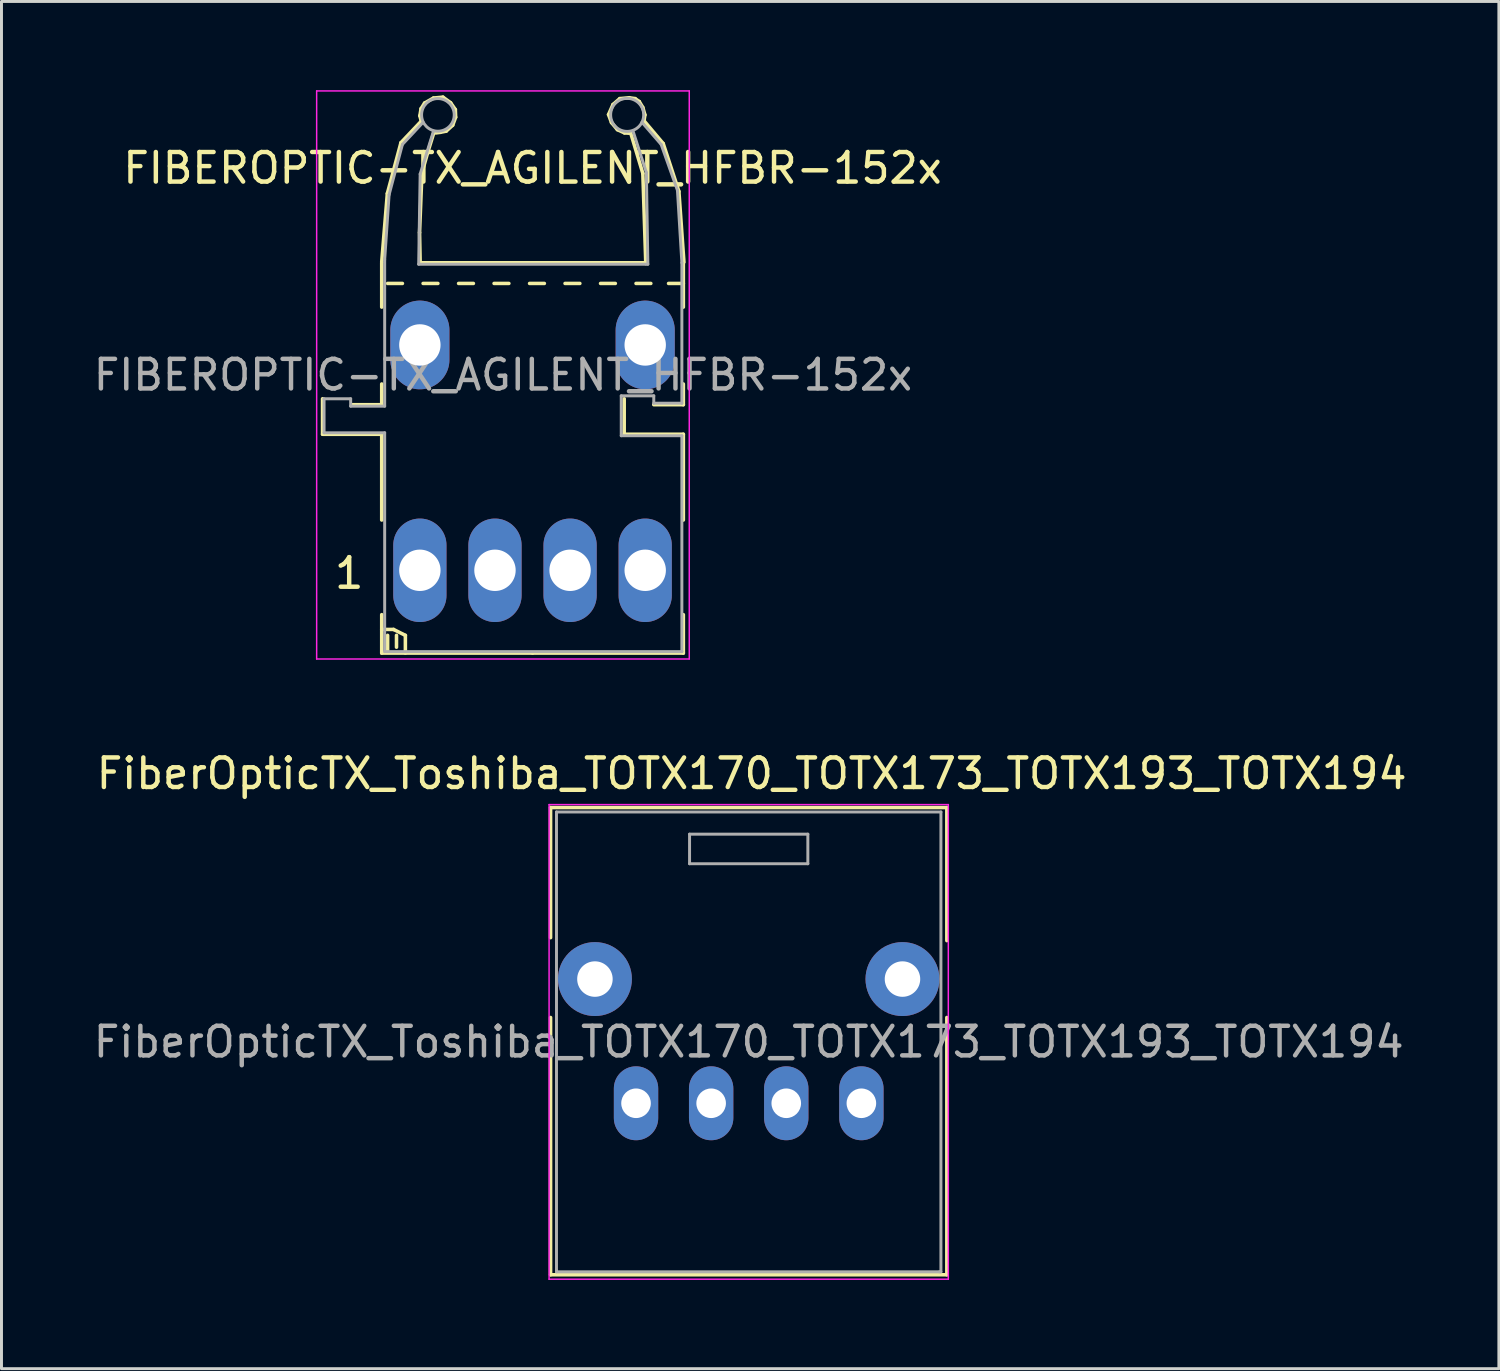
<source format=kicad_pcb>
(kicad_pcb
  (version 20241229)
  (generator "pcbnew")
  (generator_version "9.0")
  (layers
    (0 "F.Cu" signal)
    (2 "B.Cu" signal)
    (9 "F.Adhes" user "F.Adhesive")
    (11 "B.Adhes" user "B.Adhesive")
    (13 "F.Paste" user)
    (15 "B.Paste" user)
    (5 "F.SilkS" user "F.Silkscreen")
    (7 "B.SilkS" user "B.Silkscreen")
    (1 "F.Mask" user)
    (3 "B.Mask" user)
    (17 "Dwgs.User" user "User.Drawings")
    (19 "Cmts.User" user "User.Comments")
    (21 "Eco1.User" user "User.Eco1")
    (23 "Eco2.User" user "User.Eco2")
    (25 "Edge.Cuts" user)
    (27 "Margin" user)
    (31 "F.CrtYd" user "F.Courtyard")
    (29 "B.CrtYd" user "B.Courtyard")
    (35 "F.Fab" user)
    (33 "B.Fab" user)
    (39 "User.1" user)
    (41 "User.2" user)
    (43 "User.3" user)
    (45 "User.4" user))
  (footprint "FiberOpticTX_Toshiba_TOTX170_TOTX173_TOTX193_TOTX194"
    (layer "F.Cu")
    (at 18.458 34.258)
    (property "Reference" "FiberOpticTX_Toshiba_TOTX170_TOTX173_TOTX193_TOTX194" (at 3.91 -11.15 0) (layer "F.SilkS") (effects (font (size 1 1) (thickness 0.15))))
    (attr through_hole)
    (fp_line (start -2.89 -10) (end -2.89 -5.6) (stroke (width 0.12) (type solid)) (layer "F.SilkS"))
    (fp_line (start -2.89 5.8) (end -2.89 -2.9) (stroke (width 0.12) (type solid)) (layer "F.SilkS"))
    (fp_line (start -2.89 5.8) (end 10.51 5.8) (stroke (width 0.12) (type solid)) (layer "F.SilkS"))
    (fp_line (start 10.51 -10) (end -2.89 -10) (stroke (width 0.12) (type solid)) (layer "F.SilkS"))
    (fp_line (start 10.51 -10) (end 10.51 -5.5) (stroke (width 0.12) (type solid)) (layer "F.SilkS"))
    (fp_line (start 10.51 5.8) (end 10.51 -2.9) (stroke (width 0.12) (type solid)) (layer "F.SilkS"))
    (fp_line (start -2.94 -10.1) (end -2.94 5.95) (stroke (width 0.05) (type solid)) (layer "F.CrtYd"))
    (fp_line (start -2.94 -10.1) (end 10.56 -10.1) (stroke (width 0.05) (type solid)) (layer "F.CrtYd"))
    (fp_line (start 10.56 5.95) (end -2.94 5.95) (stroke (width 0.05) (type solid)) (layer "F.CrtYd"))
    (fp_line (start 10.56 5.95) (end 10.56 -10.1) (stroke (width 0.05) (type solid)) (layer "F.CrtYd"))
    (fp_line (start -2.69 -9.85) (end 10.31 -9.85) (stroke (width 0.1) (type solid)) (layer "F.Fab"))
    (fp_line (start -2.69 5.65) (end -2.69 -9.85) (stroke (width 0.1) (type solid)) (layer "F.Fab"))
    (fp_line (start -2.69 5.65) (end -2.69 5.7) (stroke (width 0.1) (type solid)) (layer "F.Fab"))
    (fp_line (start -2.69 5.7) (end 10.26 5.7) (stroke (width 0.1) (type solid)) (layer "F.Fab"))
    (fp_line (start 1.81 -9.1) (end 5.81 -9.1) (stroke (width 0.1) (type solid)) (layer "F.Fab"))
    (fp_line (start 1.81 -8.1) (end 1.81 -9.1) (stroke (width 0.1) (type solid)) (layer "F.Fab"))
    (fp_line (start 5.81 -9.1) (end 5.81 -8.1) (stroke (width 0.1) (type solid)) (layer "F.Fab"))
    (fp_line (start 5.81 -8.1) (end 1.81 -8.1) (stroke (width 0.1) (type solid)) (layer "F.Fab"))
    (fp_line (start 10.26 5.7) (end 10.31 5.7) (stroke (width 0.1) (type solid)) (layer "F.Fab"))
    (fp_line (start 10.31 5.7) (end 10.31 -9.85) (stroke (width 0.1) (type solid)) (layer "F.Fab"))
    (fp_text user "${REFERENCE}" (at 3.81 -2.075 0) (layer "F.Fab") (effects (font (size 1 1) (thickness 0.15))))
    (pad "1" thru_hole oval (at 0 0) (size 1.5 2.5) (drill 1) (layers "*.Cu" "*.Mask"))
    (pad "2" thru_hole oval (at 2.54 0) (size 1.5 2.5) (drill 1) (layers "*.Cu" "*.Mask"))
    (pad "3" thru_hole oval (at 5.08 0) (size 1.5 2.5) (drill 1) (layers "*.Cu" "*.Mask"))
    (pad "4" thru_hole oval (at 7.62 0) (size 1.5 2.5) (drill 1) (layers "*.Cu" "*.Mask"))
    (pad "5" thru_hole circle (at 9.01 -4.2) (size 2.5 2.5) (drill 1.2) (layers "*.Cu" "*.Mask"))
    (pad "6" thru_hole circle (at -1.39 -4.2) (size 2.5 2.5) (drill 1.2) (layers "*.Cu" "*.Mask")))
  (footprint "FIBEROPTIC-TX_AGILENT_HFBR-152x"
    (layer "F.Cu")
    (at 11.148 16.235)
    (property "Reference" "FIBEROPTIC-TX_AGILENT_HFBR-152x" (at 3.81 -13.6 0) (layer "F.SilkS") (effects (font (size 1 1) (thickness 0.15))))
    (attr through_hole)
    (fp_line (start -3.29 -4.6) (end -3.29 -5.8) (stroke (width 0.12) (type solid)) (layer "F.SilkS"))
    (fp_line (start -2.29 -5.6) (end -1.29 -5.6) (stroke (width 0.12) (type solid)) (layer "F.SilkS"))
    (fp_line (start -1.29 -10.43) (end -1.1 -12.74) (stroke (width 0.12) (type solid)) (layer "F.SilkS"))
    (fp_line (start -1.29 -10.4) (end -1.29 -8.9) (stroke (width 0.12) (type solid)) (layer "F.SilkS"))
    (fp_line (start -1.29 -5.6) (end -1.29 -6.3) (stroke (width 0.12) (type solid)) (layer "F.SilkS"))
    (fp_line (start -1.29 -4.6) (end -3.29 -4.6) (stroke (width 0.12) (type solid)) (layer "F.SilkS"))
    (fp_line (start -1.29 -4.6) (end -1.29 -1.7) (stroke (width 0.12) (type solid)) (layer "F.SilkS"))
    (fp_line (start -1.29 2) (end -0.89 2) (stroke (width 0.12) (type solid)) (layer "F.SilkS"))
    (fp_line (start -1.29 2.8) (end -1.29 1.5) (stroke (width 0.12) (type solid)) (layer "F.SilkS"))
    (fp_line (start -1.1 -12.74) (end -0.64 -14.46) (stroke (width 0.12) (type solid)) (layer "F.SilkS"))
    (fp_line (start -1.09 2.2) (end -1.09 2.7) (stroke (width 0.12) (type solid)) (layer "F.SilkS"))
    (fp_line (start -0.89 2) (end -0.49 2.2) (stroke (width 0.12) (type solid)) (layer "F.SilkS"))
    (fp_line (start -0.79 2.2) (end -0.79 2.6) (stroke (width 0.12) (type solid)) (layer "F.SilkS"))
    (fp_line (start -0.64 -14.46) (end 0.04 -15.18) (stroke (width 0.12) (type solid)) (layer "F.SilkS"))
    (fp_line (start -0.59 -9.7) (end -1.09 -9.7) (stroke (width 0.12) (type solid)) (layer "F.SilkS"))
    (fp_line (start -0.49 2.2) (end -0.49 2.8) (stroke (width 0.12) (type solid)) (layer "F.SilkS"))
    (fp_line (start -0.01 -11.42) (end 0.07 -13.44) (stroke (width 0.12) (type solid)) (layer "F.SilkS"))
    (fp_line (start 0 -15.37) (end 0.05 -15.18) (stroke (width 0.12) (type solid)) (layer "F.SilkS"))
    (fp_line (start 0.01 -10.4) (end -0.01 -11.42) (stroke (width 0.12) (type solid)) (layer "F.SilkS"))
    (fp_line (start 0.04 -15.61) (end 0 -15.37) (stroke (width 0.12) (type solid)) (layer "F.SilkS"))
    (fp_line (start 0.07 -13.44) (end 0.26 -14.11) (stroke (width 0.12) (type solid)) (layer "F.SilkS"))
    (fp_line (start 0.16 -15.8) (end 0.04 -15.61) (stroke (width 0.12) (type solid)) (layer "F.SilkS"))
    (fp_line (start 0.26 -14.11) (end 0.48 -14.82) (stroke (width 0.12) (type solid)) (layer "F.SilkS"))
    (fp_line (start 0.46 -15.97) (end 0.16 -15.8) (stroke (width 0.12) (type solid)) (layer "F.SilkS"))
    (fp_line (start 0.54 -14.79) (end 0.69 -14.81) (stroke (width 0.12) (type solid)) (layer "F.SilkS"))
    (fp_line (start 0.61 -9.7) (end 0.11 -9.7) (stroke (width 0.12) (type solid)) (layer "F.SilkS"))
    (fp_line (start 0.69 -14.81) (end 0.89 -14.85) (stroke (width 0.12) (type solid)) (layer "F.SilkS"))
    (fp_line (start 0.78 -16) (end 0.46 -15.97) (stroke (width 0.12) (type solid)) (layer "F.SilkS"))
    (fp_line (start 0.89 -14.85) (end 1.11 -15.05) (stroke (width 0.12) (type solid)) (layer "F.SilkS"))
    (fp_line (start 1.04 -15.81) (end 0.78 -16) (stroke (width 0.12) (type solid)) (layer "F.SilkS"))
    (fp_line (start 1.11 -15.05) (end 1.21 -15.32) (stroke (width 0.12) (type solid)) (layer "F.SilkS"))
    (fp_line (start 1.2 -15.58) (end 1.04 -15.81) (stroke (width 0.12) (type solid)) (layer "F.SilkS"))
    (fp_line (start 1.21 -15.32) (end 1.2 -15.58) (stroke (width 0.12) (type solid)) (layer "F.SilkS"))
    (fp_line (start 1.81 -9.7) (end 1.31 -9.7) (stroke (width 0.12) (type solid)) (layer "F.SilkS"))
    (fp_line (start 3.01 -9.7) (end 2.51 -9.7) (stroke (width 0.12) (type solid)) (layer "F.SilkS"))
    (fp_line (start 3.81 2.8) (end -1.29 2.8) (stroke (width 0.12) (type solid)) (layer "F.SilkS"))
    (fp_line (start 3.81 2.8) (end 8.91 2.8) (stroke (width 0.12) (type solid)) (layer "F.SilkS"))
    (fp_line (start 4.21 -9.7) (end 3.71 -9.7) (stroke (width 0.12) (type solid)) (layer "F.SilkS"))
    (fp_line (start 5.41 -9.7) (end 4.91 -9.7) (stroke (width 0.12) (type solid)) (layer "F.SilkS"))
    (fp_line (start 6.38 -15.41) (end 6.48 -15.14) (stroke (width 0.12) (type solid)) (layer "F.SilkS"))
    (fp_line (start 6.48 -15.14) (end 6.68 -14.9) (stroke (width 0.12) (type solid)) (layer "F.SilkS"))
    (fp_line (start 6.53 -15.75) (end 6.38 -15.41) (stroke (width 0.12) (type solid)) (layer "F.SilkS"))
    (fp_line (start 6.61 -9.7) (end 6.11 -9.7) (stroke (width 0.12) (type solid)) (layer "F.SilkS"))
    (fp_line (start 6.68 -14.9) (end 6.92 -14.79) (stroke (width 0.12) (type solid)) (layer "F.SilkS"))
    (fp_line (start 6.76 -15.95) (end 6.53 -15.75) (stroke (width 0.12) (type solid)) (layer "F.SilkS"))
    (fp_line (start 6.91 -4.6) (end 6.91 -5.8) (stroke (width 0.12) (type solid)) (layer "F.SilkS"))
    (fp_line (start 6.92 -14.79) (end 7.08 -14.78) (stroke (width 0.12) (type solid)) (layer "F.SilkS"))
    (fp_line (start 7.08 -15.98) (end 6.76 -15.95) (stroke (width 0.12) (type solid)) (layer "F.SilkS"))
    (fp_line (start 7.28 -15.95) (end 7.08 -15.98) (stroke (width 0.12) (type solid)) (layer "F.SilkS"))
    (fp_line (start 7.42 -15.85) (end 7.28 -15.95) (stroke (width 0.12) (type solid)) (layer "F.SilkS"))
    (fp_line (start 7.54 -15.65) (end 7.42 -15.85) (stroke (width 0.12) (type solid)) (layer "F.SilkS"))
    (fp_line (start 7.54 -13.42) (end 7.12 -14.82) (stroke (width 0.12) (type solid)) (layer "F.SilkS"))
    (fp_line (start 7.58 -15.2) (end 7.61 -15.4) (stroke (width 0.12) (type solid)) (layer "F.SilkS"))
    (fp_line (start 7.61 -15.4) (end 7.54 -15.65) (stroke (width 0.12) (type solid)) (layer "F.SilkS"))
    (fp_line (start 7.61 -10.4) (end 0.01 -10.4) (stroke (width 0.12) (type solid)) (layer "F.SilkS"))
    (fp_line (start 7.64 -10.37) (end 7.54 -13.42) (stroke (width 0.12) (type solid)) (layer "F.SilkS"))
    (fp_line (start 7.81 -9.7) (end 7.31 -9.7) (stroke (width 0.12) (type solid)) (layer "F.SilkS"))
    (fp_line (start 7.91 -5.6) (end 8.91 -5.6) (stroke (width 0.12) (type solid)) (layer "F.SilkS"))
    (fp_line (start 8.23 -14.43) (end 7.58 -15.2) (stroke (width 0.12) (type solid)) (layer "F.SilkS"))
    (fp_line (start 8.76 -12.81) (end 8.23 -14.43) (stroke (width 0.12) (type solid)) (layer "F.SilkS"))
    (fp_line (start 8.91 -9.7) (end 8.41 -9.7) (stroke (width 0.12) (type solid)) (layer "F.SilkS"))
    (fp_line (start 8.91 -8.9) (end 8.91 -10.4) (stroke (width 0.12) (type solid)) (layer "F.SilkS"))
    (fp_line (start 8.91 -5.6) (end 8.91 -6.3) (stroke (width 0.12) (type solid)) (layer "F.SilkS"))
    (fp_line (start 8.91 -4.6) (end 6.91 -4.6) (stroke (width 0.12) (type solid)) (layer "F.SilkS"))
    (fp_line (start 8.91 -1.7) (end 8.91 -4.6) (stroke (width 0.12) (type solid)) (layer "F.SilkS"))
    (fp_line (start 8.91 2.8) (end 8.91 1.5) (stroke (width 0.12) (type solid)) (layer "F.SilkS"))
    (fp_line (start 8.93 -10.42) (end 8.76 -12.81) (stroke (width 0.12) (type solid)) (layer "F.SilkS"))
    (fp_line (start -3.49 -16.21) (end -3.49 3) (stroke (width 0.05) (type solid)) (layer "F.CrtYd"))
    (fp_line (start -3.49 -16.21) (end 9.11 -16.21) (stroke (width 0.05) (type solid)) (layer "F.CrtYd"))
    (fp_line (start 9.11 3) (end -3.49 3) (stroke (width 0.05) (type solid)) (layer "F.CrtYd"))
    (fp_line (start 9.11 3) (end 9.11 -16.21) (stroke (width 0.05) (type solid)) (layer "F.CrtYd"))
    (fp_line (start -3.24 -5.8) (end -3.24 -4.65) (stroke (width 0.1) (type solid)) (layer "F.Fab"))
    (fp_line (start -3.24 -4.65) (end -1.19 -4.65) (stroke (width 0.1) (type solid)) (layer "F.Fab"))
    (fp_line (start -2.34 -5.8) (end -3.24 -5.8) (stroke (width 0.1) (type solid)) (layer "F.Fab"))
    (fp_line (start -2.34 -5.55) (end -2.34 -5.8) (stroke (width 0.1) (type solid)) (layer "F.Fab"))
    (fp_line (start -1.19 -10.5) (end -1.19 -5.55) (stroke (width 0.1) (type solid)) (layer "F.Fab"))
    (fp_line (start -1.19 -5.55) (end -2.34 -5.55) (stroke (width 0.1) (type solid)) (layer "F.Fab"))
    (fp_line (start -1.19 -4.65) (end -1.19 2.75) (stroke (width 0.1) (type solid)) (layer "F.Fab"))
    (fp_line (start -1.19 2.75) (end 8.86 2.75) (stroke (width 0.1) (type solid)) (layer "F.Fab"))
    (fp_line (start -1.04 -12.7) (end -1.19 -10.5) (stroke (width 0.1) (type solid)) (layer "F.Fab"))
    (fp_line (start -0.59 -14.4) (end -1.04 -12.7) (stroke (width 0.1) (type solid)) (layer "F.Fab"))
    (fp_line (start -0.04 -10.35) (end 0.01 -13.4) (stroke (width 0.1) (type solid)) (layer "F.Fab"))
    (fp_line (start 0.01 -13.4) (end 0.46 -14.85) (stroke (width 0.1) (type solid)) (layer "F.Fab"))
    (fp_line (start 0.11 -15.15) (end -0.59 -14.4) (stroke (width 0.1) (type solid)) (layer "F.Fab"))
    (fp_line (start 6.81 -5.9) (end 7.91 -5.9) (stroke (width 0.1) (type solid)) (layer "F.Fab"))
    (fp_line (start 6.81 -4.55) (end 6.81 -5.9) (stroke (width 0.1) (type solid)) (layer "F.Fab"))
    (fp_line (start 7.21 -14.85) (end 7.66 -13.45) (stroke (width 0.1) (type solid)) (layer "F.Fab"))
    (fp_line (start 7.66 -13.45) (end 7.71 -10.35) (stroke (width 0.1) (type solid)) (layer "F.Fab"))
    (fp_line (start 7.71 -10.35) (end -0.04 -10.35) (stroke (width 0.1) (type solid)) (layer "F.Fab"))
    (fp_line (start 7.91 -5.9) (end 7.91 -5.65) (stroke (width 0.1) (type solid)) (layer "F.Fab"))
    (fp_line (start 7.91 -5.65) (end 8.86 -5.65) (stroke (width 0.1) (type solid)) (layer "F.Fab"))
    (fp_line (start 8.16 -14.4) (end 7.51 -15.15) (stroke (width 0.1) (type solid)) (layer "F.Fab"))
    (fp_line (start 8.71 -12.85) (end 8.16 -14.4) (stroke (width 0.1) (type solid)) (layer "F.Fab"))
    (fp_line (start 8.86 -10.4) (end 8.71 -12.85) (stroke (width 0.1) (type solid)) (layer "F.Fab"))
    (fp_line (start 8.86 -5.65) (end 8.86 -10.4) (stroke (width 0.1) (type solid)) (layer "F.Fab"))
    (fp_line (start 8.86 -4.55) (end 6.81 -4.55) (stroke (width 0.1) (type solid)) (layer "F.Fab"))
    (fp_line (start 8.86 2.75) (end 8.86 -4.55) (stroke (width 0.1) (type solid)) (layer "F.Fab"))
    (fp_circle (center 0.61 -15.4) (end 0.66 -14.85) (stroke (width 0.1) (type solid)) (fill no) (layer "F.Fab"))
    (fp_circle (center 7.01 -15.4) (end 7.51 -15.15) (stroke (width 0.1) (type solid)) (fill no) (layer "F.Fab"))
    (fp_text user "1" (at -2.39 0.1 0) (layer "F.SilkS") (effects (font (size 1 1) (thickness 0.15))))
    (fp_text user "${REFERENCE}" (at 2.81 -6.605 0) (layer "F.Fab") (effects (font (size 1 1) (thickness 0.15))))
    (pad "1" thru_hole oval (at 0 0) (size 1.8 3.5) (drill 1.4) (layers "*.Cu" "*.Mask"))
    (pad "2" thru_hole oval (at 2.54 0) (size 1.8 3.5) (drill 1.4) (layers "*.Cu" "*.Mask"))
    (pad "3" thru_hole oval (at 5.08 0) (size 1.8 3.5) (drill 1.4) (layers "*.Cu" "*.Mask"))
    (pad "4" thru_hole oval (at 7.62 0) (size 1.8 3.5) (drill 1.4) (layers "*.Cu" "*.Mask"))
    (pad "5" thru_hole oval (at 7.62 -7.62) (size 2 3) (drill 1.4) (layers "*.Cu" "*.Mask"))
    (pad "6" thru_hole oval (at 0 -7.62) (size 2 3) (drill 1.4) (layers "*.Cu" "*.Mask")))
  (gr_rect
    (start -3 -3)
    (end 47.636 43.233)
    (stroke (width 0.1) (type default))
    (fill no)
    (layer "Edge.Cuts")))
</source>
